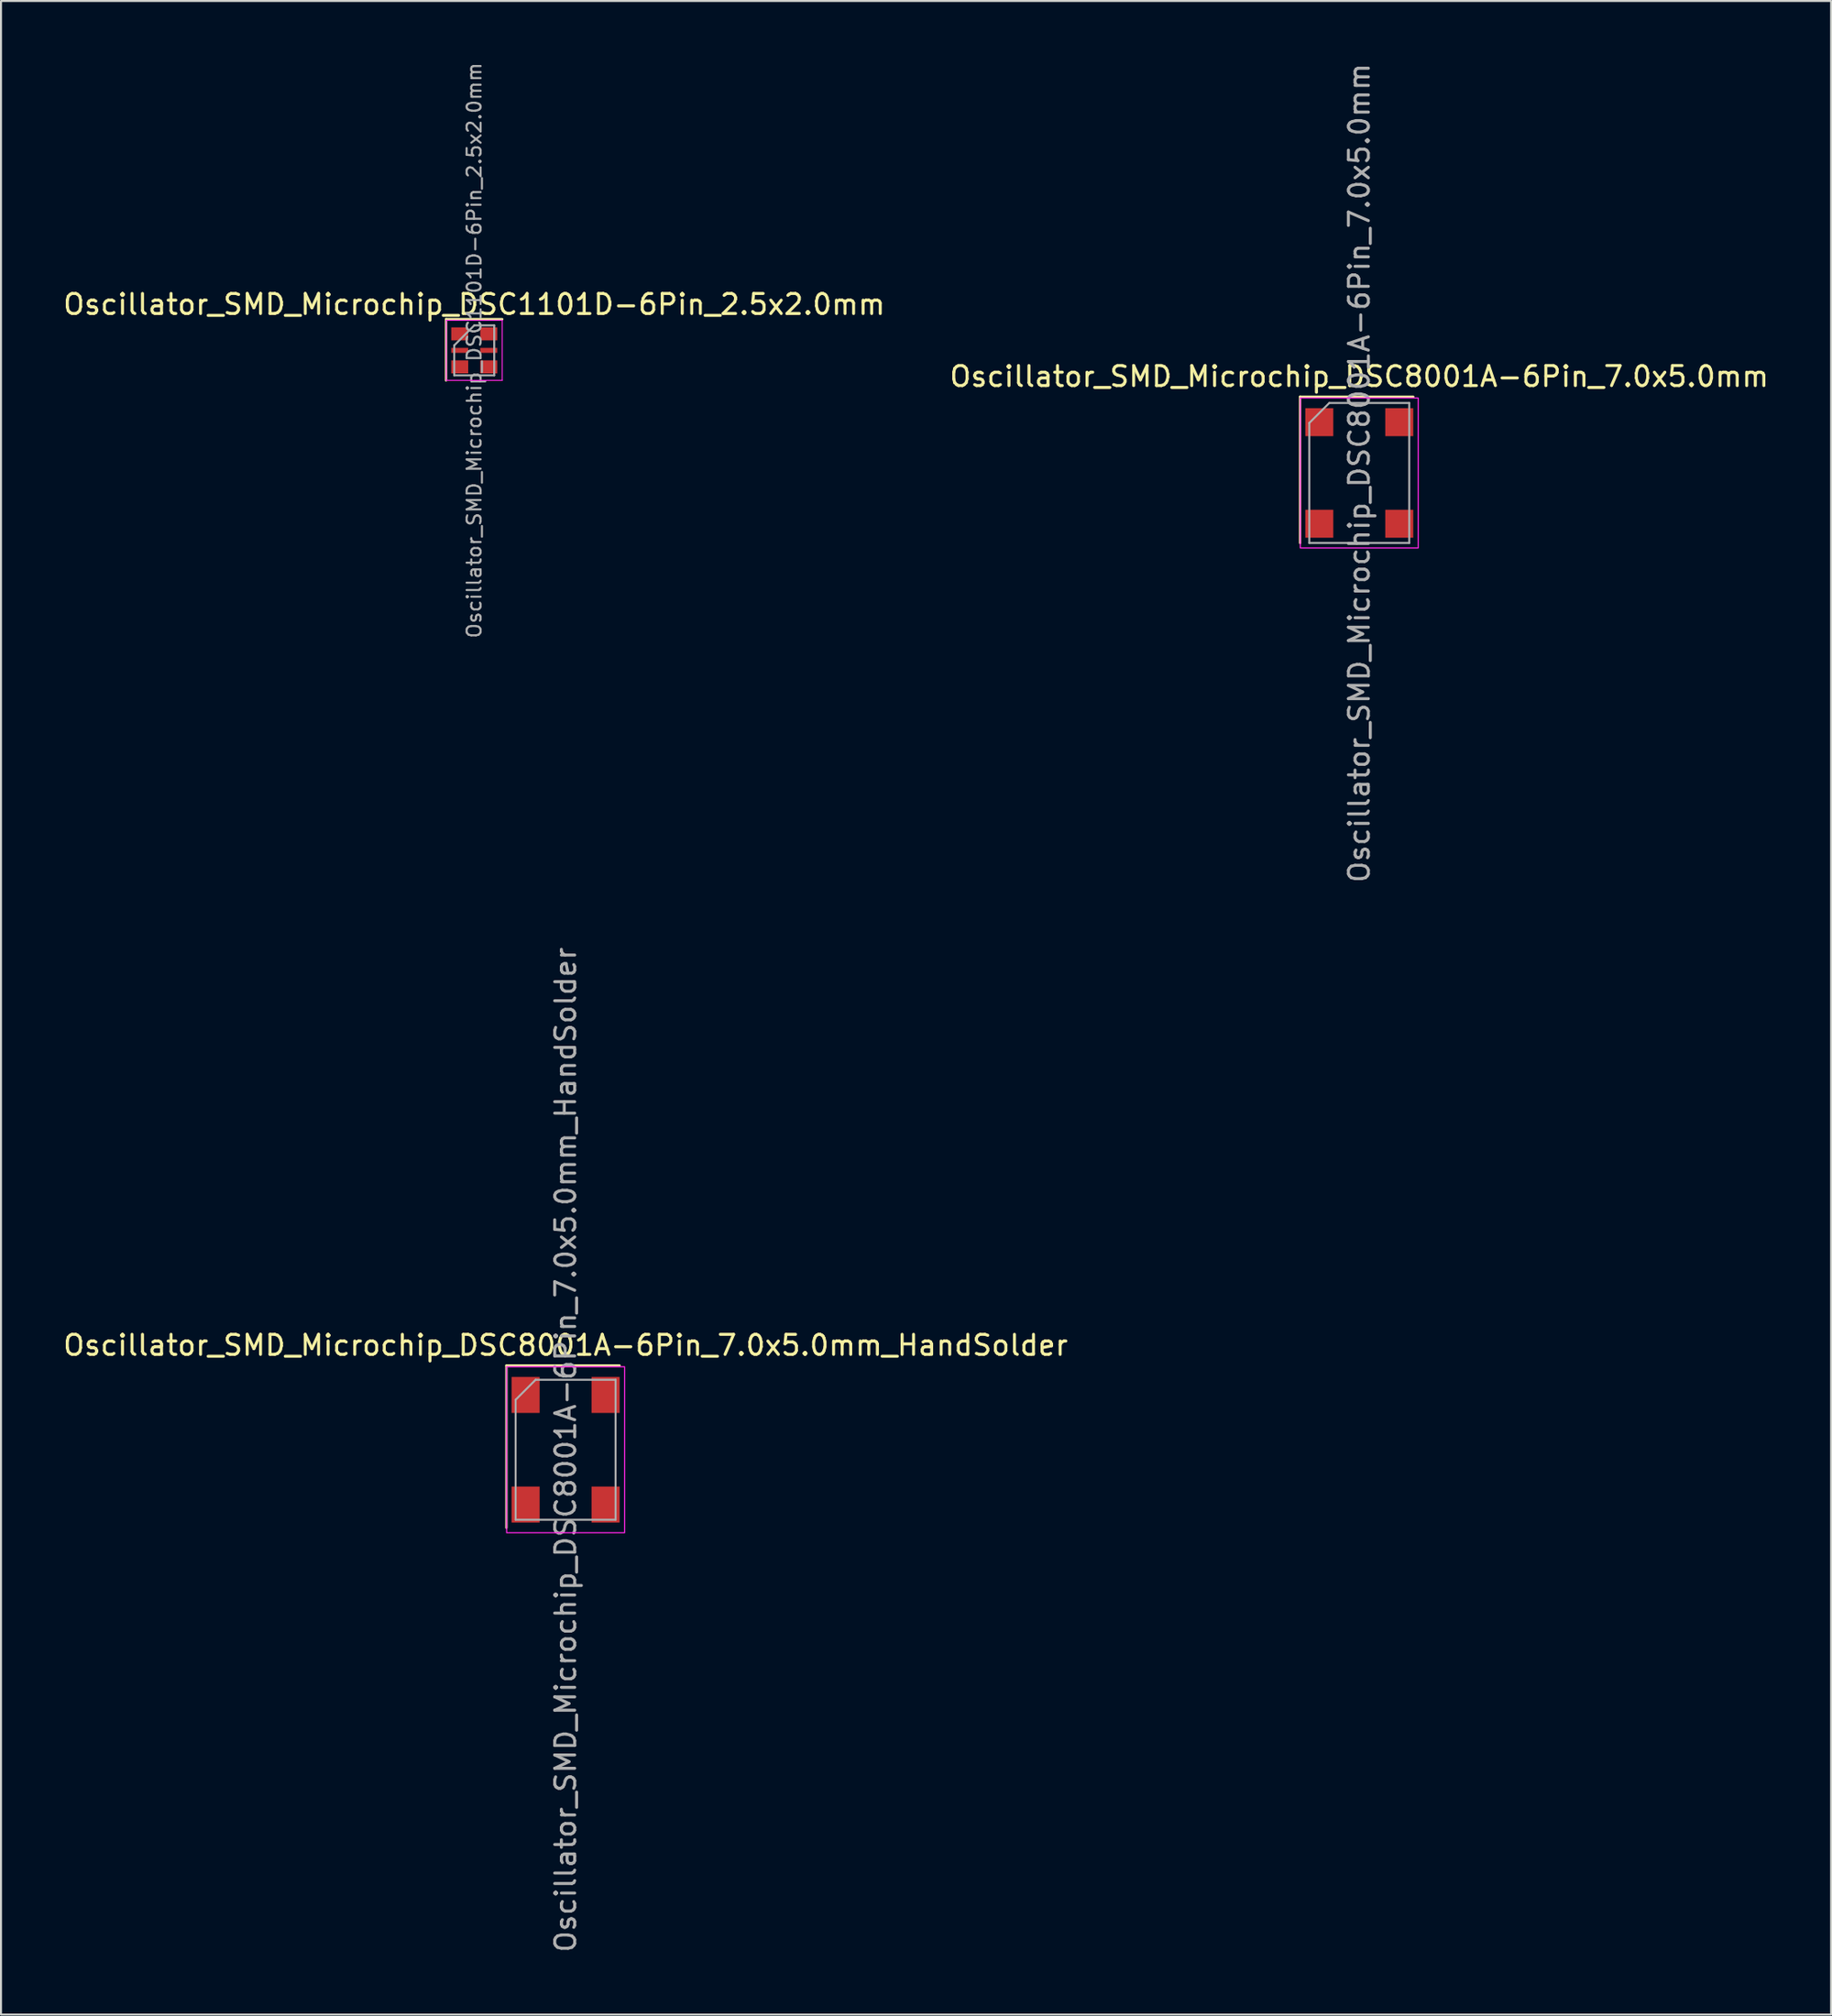
<source format=kicad_pcb>
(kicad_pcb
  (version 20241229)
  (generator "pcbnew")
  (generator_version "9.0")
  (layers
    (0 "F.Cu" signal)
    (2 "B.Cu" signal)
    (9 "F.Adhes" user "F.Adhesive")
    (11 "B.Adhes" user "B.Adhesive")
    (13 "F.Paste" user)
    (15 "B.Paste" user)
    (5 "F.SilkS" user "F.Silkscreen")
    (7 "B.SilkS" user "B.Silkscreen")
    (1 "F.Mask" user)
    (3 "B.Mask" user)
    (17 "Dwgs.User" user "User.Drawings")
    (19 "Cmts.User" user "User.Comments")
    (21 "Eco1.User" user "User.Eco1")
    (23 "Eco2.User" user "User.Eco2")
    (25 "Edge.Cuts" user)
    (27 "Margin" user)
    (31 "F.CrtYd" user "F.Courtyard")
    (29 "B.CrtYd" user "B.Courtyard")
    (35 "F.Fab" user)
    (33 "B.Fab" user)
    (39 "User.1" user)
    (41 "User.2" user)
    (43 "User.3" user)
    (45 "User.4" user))
  (footprint "Oscillator_SMD_Microchip_DSC8001A-6Pin_7.0x5.0mm"
    (layer "F.Cu")
    (at 64.946 20.601)
    (property "Reference" "Oscillator_SMD_Microchip_DSC8001A-6Pin_7.0x5.0mm" (at 0 -4.826 0) (layer "F.SilkS") (effects (font (size 1 1) (thickness 0.15))))
    (attr smd)
    (fp_line (start -2.96 -3.81) (end -2.96 3.5) (stroke (width 0.12) (type solid)) (layer "F.SilkS"))
    (fp_line (start -2.96 -3.81) (end 2.7 -3.81) (stroke (width 0.12) (type solid)) (layer "F.SilkS"))
    (fp_rect (start -2.95 -3.75) (end 2.95 3.75) (stroke (width 0.057) (type solid)) (fill no) (layer "F.CrtYd"))
    (fp_line (start -2.5 -2.5) (end -1.5 -3.5) (stroke (width 0.1) (type solid)) (layer "F.Fab"))
    (fp_line (start -2.5 3.5) (end -2.5 -2.5) (stroke (width 0.1) (type solid)) (layer "F.Fab"))
    (fp_line (start -2.5 3.5) (end 2.5 3.5) (stroke (width 0.1) (type solid)) (layer "F.Fab"))
    (fp_line (start -1.5 -3.5) (end 2.5 -3.5) (stroke (width 0.1) (type solid)) (layer "F.Fab"))
    (fp_line (start 2.5 3.5) (end 2.5 -3.5) (stroke (width 0.1) (type solid)) (layer "F.Fab"))
    (fp_text user "${REFERENCE}" (at 0 0 270) (layer "F.Fab") (effects (font (size 1 1) (thickness 0.15))))
    (pad "1" smd rect (at -2 -2.54) (size 1.4 1.4) (layers "F.Cu" "F.Mask" "F.Paste"))
    (pad "2" smd rect (at -2 2.54) (size 1.4 1.4) (layers "F.Cu" "F.Mask" "F.Paste"))
    (pad "3" smd rect (at 2 2.54) (size 1.4 1.4) (layers "F.Cu" "F.Mask" "F.Paste"))
    (pad "4" smd rect (at 2 -2.54) (size 1.4 1.4) (layers "F.Cu" "F.Mask" "F.Paste")))
  (footprint "Oscillator_SMD_Microchip_DSC1101D-6Pin_2.5x2.0mm"
    (layer "F.Cu")
    (at 20.673 14.471)
    (property "Reference" "Oscillator_SMD_Microchip_DSC1101D-6Pin_2.5x2.0mm" (at 0 -2.3 0) (layer "F.SilkS") (effects (font (size 1 1) (thickness 0.15))))
    (attr smd)
    (fp_line (start -1.41 -1.56) (end -1.41 1.5) (stroke (width 0.12) (type solid)) (layer "F.SilkS"))
    (fp_line (start 1.4 -1.56) (end -1.41 -1.56) (stroke (width 0.12) (type solid)) (layer "F.SilkS"))
    (fp_line (start -1.4 -1.5) (end -1.4 1.5) (stroke (width 0.05) (type solid)) (layer "F.CrtYd"))
    (fp_line (start -1.4 1.5) (end 1.4 1.5) (stroke (width 0.05) (type solid)) (layer "F.CrtYd"))
    (fp_line (start 1.4 -1.5) (end -1.4 -1.5) (stroke (width 0.05) (type solid)) (layer "F.CrtYd"))
    (fp_line (start 1.4 1.5) (end 1.4 -1.5) (stroke (width 0.05) (type solid)) (layer "F.CrtYd"))
    (fp_line (start -1 -0.25) (end 0 -1.25) (stroke (width 0.1) (type solid)) (layer "F.Fab"))
    (fp_line (start -1 1.25) (end -1 -0.25) (stroke (width 0.1) (type solid)) (layer "F.Fab"))
    (fp_line (start 0 -1.25) (end 1 -1.25) (stroke (width 0.1) (type solid)) (layer "F.Fab"))
    (fp_line (start 1 1.25) (end -1 1.25) (stroke (width 0.1) (type solid)) (layer "F.Fab"))
    (fp_line (start 1 1.25) (end 1 -1.25) (stroke (width 0.1) (type solid)) (layer "F.Fab"))
    (fp_text user "${REFERENCE}" (at 0 0 270) (layer "F.Fab") (effects (font (size 0.7 0.7) (thickness 0.105))))
    (pad "1" smd rect (at -0.725 -0.825) (size 0.85 0.65) (layers "F.Cu" "F.Mask" "F.Paste"))
    (pad "2" smd rect (at -0.725 0) (size 0.85 0.25) (layers "F.Cu" "F.Mask" "F.Paste"))
    (pad "3" smd rect (at -0.725 0.825) (size 0.85 0.65) (layers "F.Cu" "F.Mask" "F.Paste"))
    (pad "4" smd rect (at 0.725 0.825) (size 0.85 0.65) (layers "F.Cu" "F.Mask" "F.Paste"))
    (pad "5" smd rect (at 0.725 0) (size 0.85 0.25) (layers "F.Cu" "F.Mask" "F.Paste"))
    (pad "6" smd rect (at 0.725 -0.825) (size 0.85 0.65) (layers "F.Cu" "F.Mask" "F.Paste")))
  (footprint "Oscillator_SMD_Microchip_DSC8001A-6Pin_7.0x5.0mm_HandSolder"
    (layer "F.Cu")
    (at 25.244 69.446)
    (property "Reference" "Oscillator_SMD_Microchip_DSC8001A-6Pin_7.0x5.0mm_HandSolder" (at 0 -5.226 0) (layer "F.SilkS") (effects (font (size 1 1) (thickness 0.15))))
    (attr smd)
    (fp_line (start -2.96 -4.21) (end -2.96 3.9) (stroke (width 0.12) (type solid)) (layer "F.SilkS"))
    (fp_line (start -2.96 -4.21) (end 2.7 -4.21) (stroke (width 0.12) (type solid)) (layer "F.SilkS"))
    (fp_rect (start -2.95 -4.15) (end 2.95 4.15) (stroke (width 0.057) (type solid)) (fill no) (layer "F.CrtYd"))
    (fp_line (start -2.5 -2.5) (end -1.5 -3.5) (stroke (width 0.1) (type solid)) (layer "F.Fab"))
    (fp_line (start -2.5 3.5) (end -2.5 -2.5) (stroke (width 0.1) (type solid)) (layer "F.Fab"))
    (fp_line (start -2.5 3.5) (end 2.5 3.5) (stroke (width 0.1) (type solid)) (layer "F.Fab"))
    (fp_line (start -1.5 -3.5) (end 2.5 -3.5) (stroke (width 0.1) (type solid)) (layer "F.Fab"))
    (fp_line (start 2.5 3.5) (end 2.5 -3.5) (stroke (width 0.1) (type solid)) (layer "F.Fab"))
    (fp_text user "${REFERENCE}" (at 0 0 270) (layer "F.Fab") (effects (font (size 1 1) (thickness 0.15))))
    (pad "1" smd rect (at -2 -2.74) (size 1.4 1.8) (layers "F.Cu" "F.Mask" "F.Paste"))
    (pad "2" smd rect (at -2 2.74) (size 1.4 1.8) (layers "F.Cu" "F.Mask" "F.Paste"))
    (pad "3" smd rect (at 2 2.74) (size 1.4 1.8) (layers "F.Cu" "F.Mask" "F.Paste"))
    (pad "4" smd rect (at 2 -2.74) (size 1.4 1.8) (layers "F.Cu" "F.Mask" "F.Paste")))
  (gr_rect
    (start -3 -3)
    (end 88.548 97.69)
    (stroke (width 0.1) (type default))
    (fill no)
    (layer "Edge.Cuts")))
</source>
